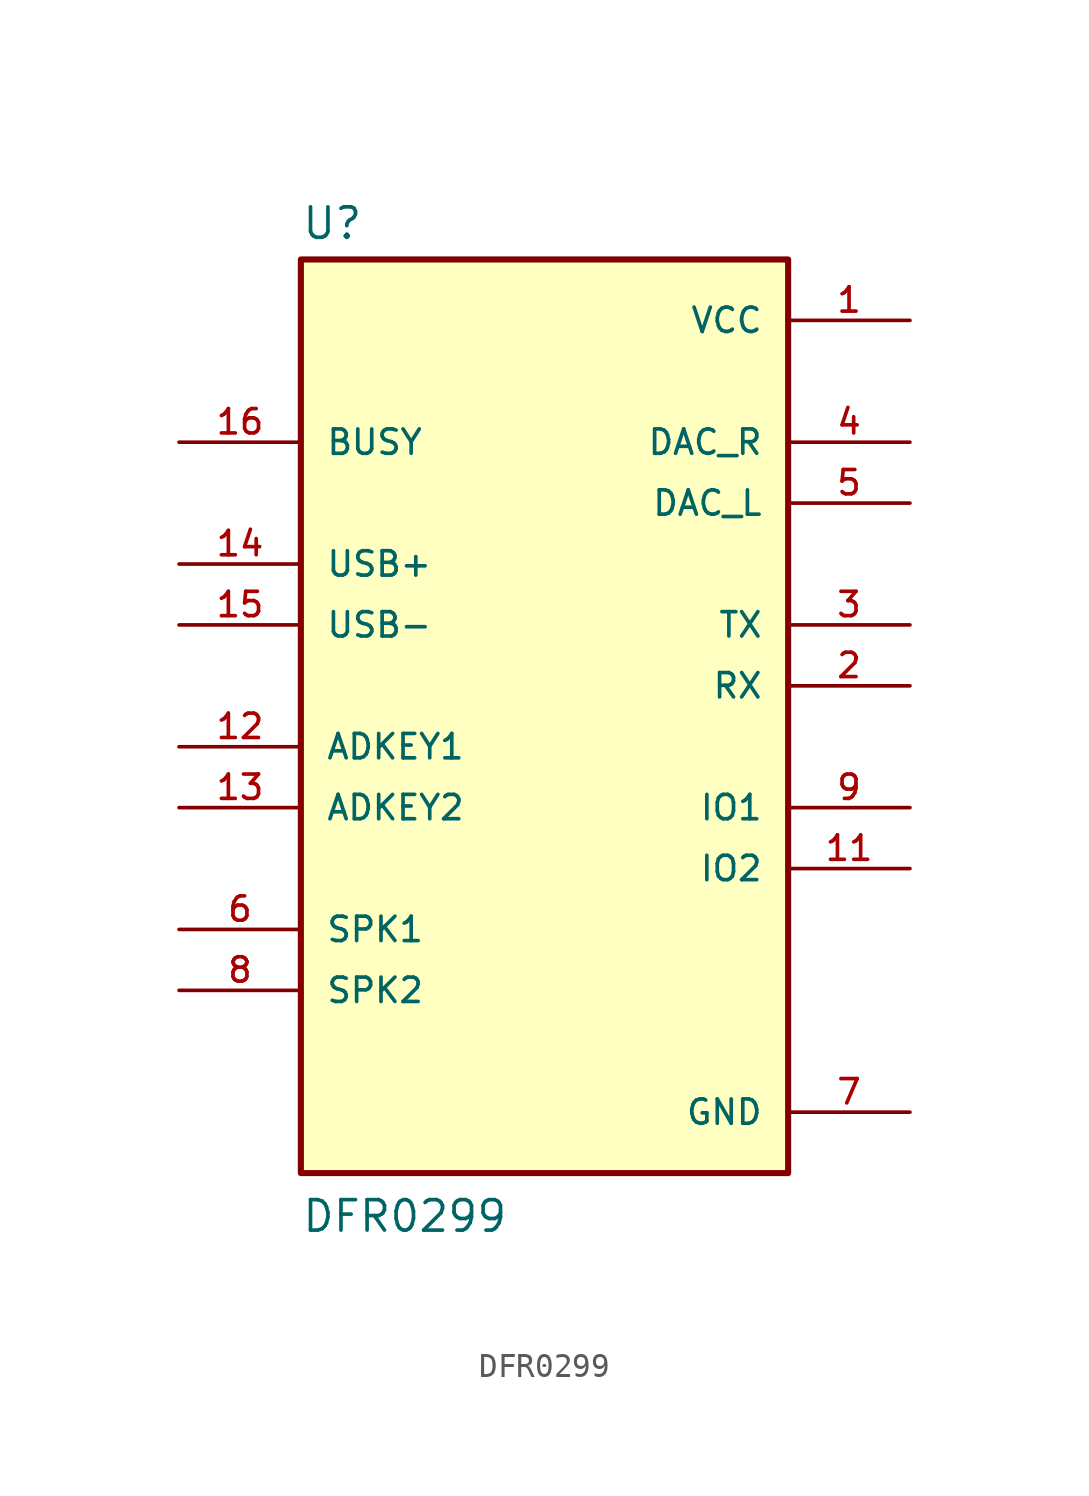
<source format=kicad_sym>
(kicad_symbol_lib
  (version 20211014)
  (generator kicad_symbol_editor)
  (symbol "DFR0299"
    (pin_names
      (offset 1.016))
    (property "Reference" "U"
      (at -10.16 18.542 0)
      (effects (font (size 1.27 1.27)) (justify bottom left)))
    (property "Value" "DFR0299"
      (at -10.16 -22.86 0)
      (effects (font (size 1.27 1.27)) (justify bottom left)))
    (symbol "DFR0299_0_0"
      (rectangle (start -10.16 -20.32) (end 10.16 17.78) (stroke (width 0.254)) (fill (type background)))
      (pin power_in line (at 15.24 15.24 180.0) (length 5.08) (name "VCC" (effects (font (size 1.016 1.016)))) (number "1" (effects (font (size 1.016 1.016)))))
      (pin input line (at 15.24 0.0 180.0) (length 5.08) (name "RX" (effects (font (size 1.016 1.016)))) (number "2" (effects (font (size 1.016 1.016)))))
      (pin output line (at 15.24 2.54 180.0) (length 5.08) (name "TX" (effects (font (size 1.016 1.016)))) (number "3" (effects (font (size 1.016 1.016)))))
      (pin output line (at 15.24 10.16 180.0) (length 5.08) (name "DAC_R" (effects (font (size 1.016 1.016)))) (number "4" (effects (font (size 1.016 1.016)))))
      (pin output line (at 15.24 7.62 180.0) (length 5.08) (name "DAC_L" (effects (font (size 1.016 1.016)))) (number "5" (effects (font (size 1.016 1.016)))))
      (pin passive line (at -15.24 -12.7 0) (length 5.08) (name "SPK2" (effects (font (size 1.016 1.016)))) (number "8" (effects (font (size 1.016 1.016)))))
      (pin power_in line (at 15.24 -17.78 180.0) (length 5.08) (name "GND" (effects (font (size 1.016 1.016)))) (number "7" (effects (font (size 1.016 1.016)))))
      (pin power_in line (at 15.24 -17.78 180.0) (length 5.08) hide (name "GND" (effects (font (size 1.016 1.016)))) (number "10" (effects (font (size 1.016 1.016)))))
      (pin passive line (at -15.24 -10.16 0) (length 5.08) (name "SPK1" (effects (font (size 1.016 1.016)))) (number "6" (effects (font (size 1.016 1.016)))))
      (pin bidirectional line (at 15.24 -5.08 180.0) (length 5.08) (name "IO1" (effects (font (size 1.016 1.016)))) (number "9" (effects (font (size 1.016 1.016)))))
      (pin bidirectional line (at 15.24 -7.62 180.0) (length 5.08) (name "IO2" (effects (font (size 1.016 1.016)))) (number "11" (effects (font (size 1.016 1.016)))))
      (pin input line (at -15.24 -2.54 0) (length 5.08) (name "ADKEY1" (effects (font (size 1.016 1.016)))) (number "12" (effects (font (size 1.016 1.016)))))
      (pin input line (at -15.24 -5.08 0) (length 5.08) (name "ADKEY2" (effects (font (size 1.016 1.016)))) (number "13" (effects (font (size 1.016 1.016)))))
      (pin input line (at -15.24 5.08 0) (length 5.08) (name "USB+" (effects (font (size 1.016 1.016)))) (number "14" (effects (font (size 1.016 1.016)))))
      (pin input line (at -15.24 2.54 0) (length 5.08) (name "USB-" (effects (font (size 1.016 1.016)))) (number "15" (effects (font (size 1.016 1.016)))))
      (pin input line (at -15.24 10.16 0) (length 5.08) (name "BUSY" (effects (font (size 1.016 1.016)))) (number "16" (effects (font (size 1.016 1.016))))))))
</source>
